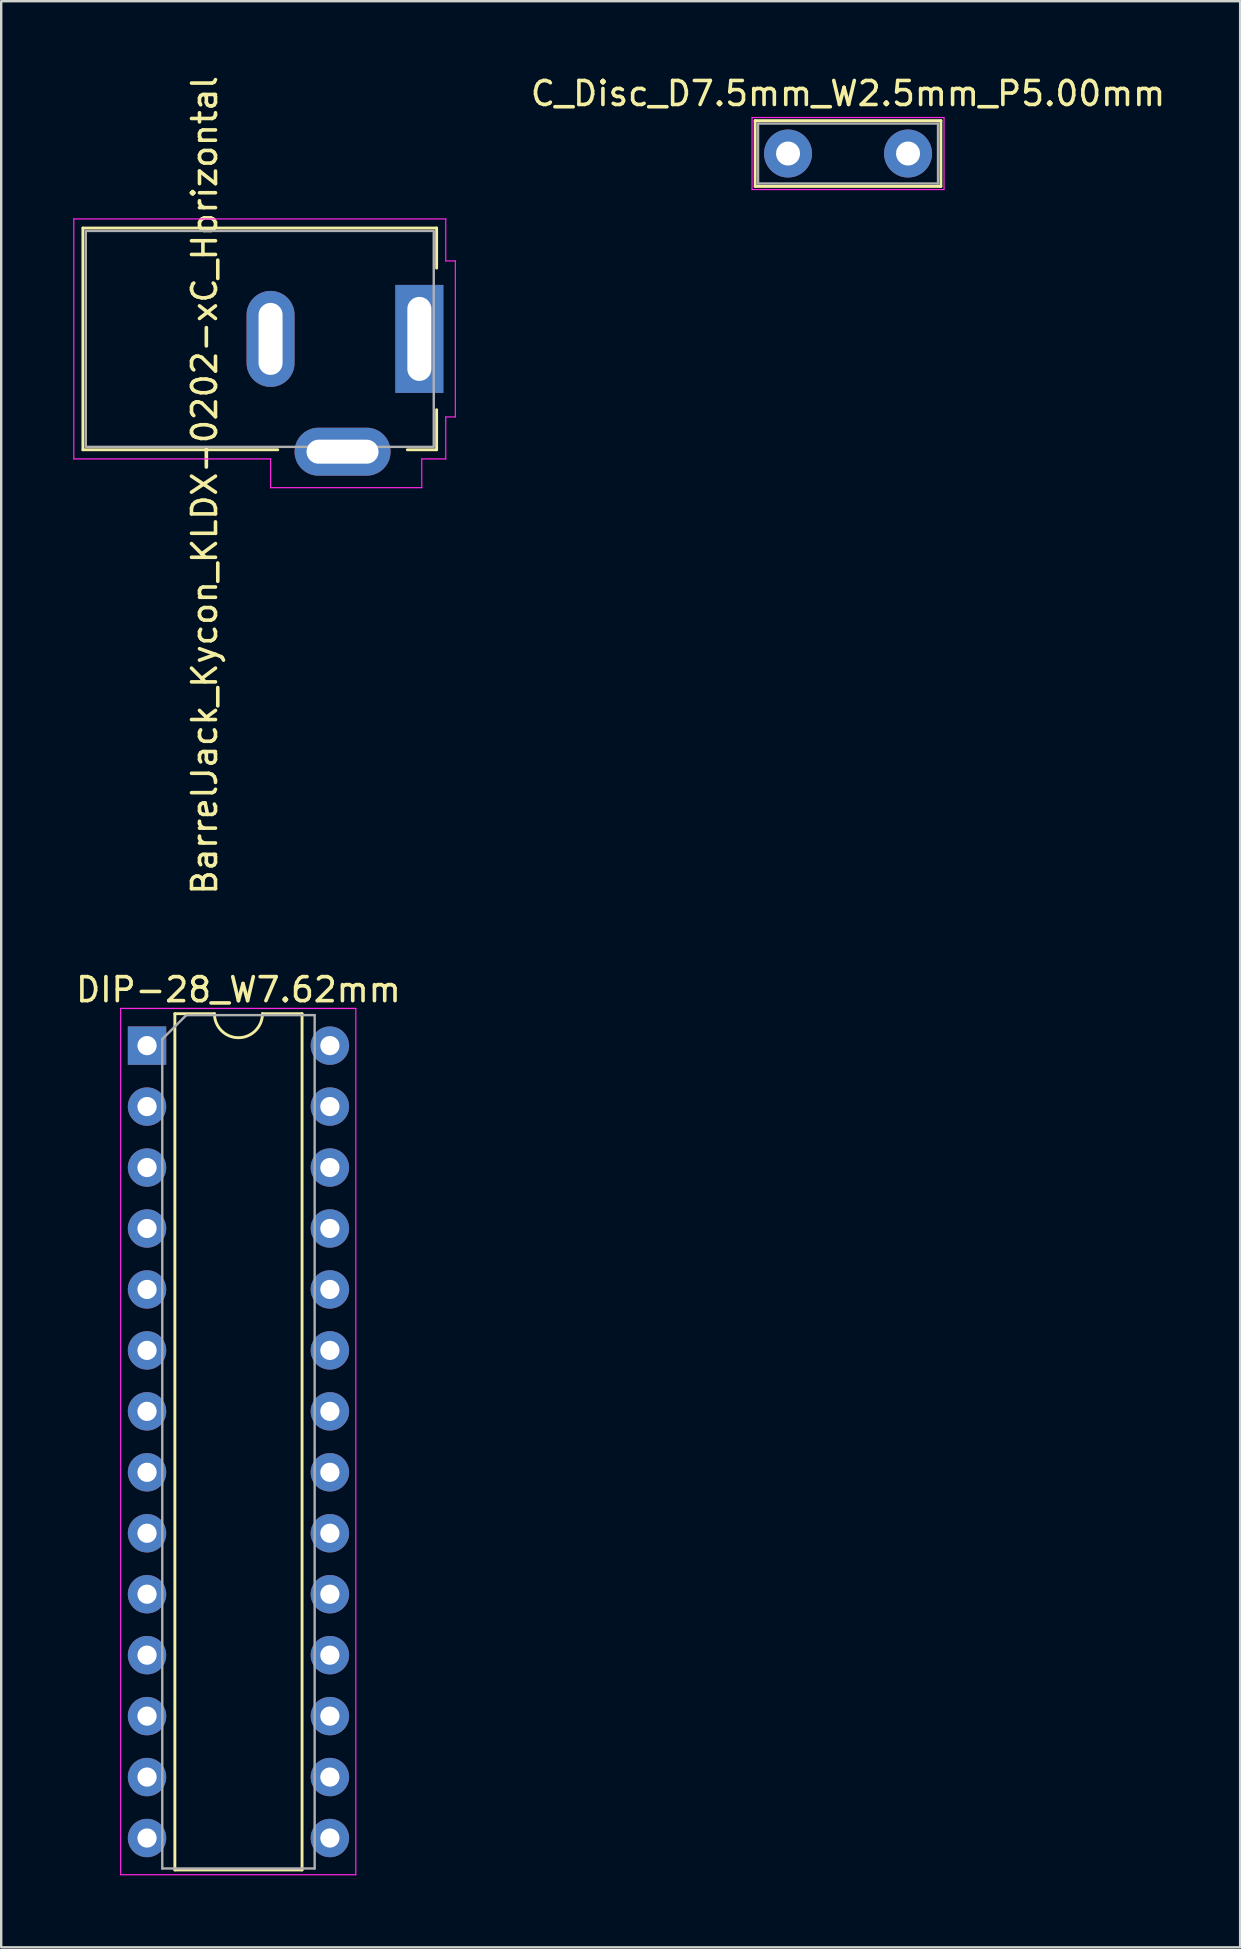
<source format=kicad_pcb>
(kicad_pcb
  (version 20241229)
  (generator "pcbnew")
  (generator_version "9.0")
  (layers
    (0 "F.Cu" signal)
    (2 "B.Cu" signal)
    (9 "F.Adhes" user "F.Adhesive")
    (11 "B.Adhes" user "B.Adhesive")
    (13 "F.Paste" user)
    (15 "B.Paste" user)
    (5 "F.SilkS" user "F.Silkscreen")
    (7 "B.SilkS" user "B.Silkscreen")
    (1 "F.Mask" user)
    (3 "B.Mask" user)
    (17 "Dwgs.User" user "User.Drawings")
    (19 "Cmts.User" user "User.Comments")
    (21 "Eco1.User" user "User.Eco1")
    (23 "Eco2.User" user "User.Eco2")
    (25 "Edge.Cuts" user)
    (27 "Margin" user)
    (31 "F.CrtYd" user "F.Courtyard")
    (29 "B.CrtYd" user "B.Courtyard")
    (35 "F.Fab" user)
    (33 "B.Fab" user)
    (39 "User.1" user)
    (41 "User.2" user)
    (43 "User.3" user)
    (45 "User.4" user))
  (footprint "BarrelJack_Kycon_KLDX-0202-xC_Horizontal"
    (layer "F.Cu")
    (at 14.425 11.073)
    (property "Reference" "BarrelJack_Kycon_KLDX-0202-xC_Horizontal" (at -8.95 6.1 90) (unlocked yes) (layer "F.SilkS") (effects (font (size 1 1) (thickness 0.15))))
    (attr through_hole)
    (fp_line (start -14.02 -4.62) (end -14.02 4.62) (stroke (width 0.12) (type solid)) (layer "F.SilkS"))
    (fp_line (start -14.02 4.62) (end -5.9 4.62) (stroke (width 0.12) (type solid)) (layer "F.SilkS"))
    (fp_line (start -0.5 4.62) (end 0.72 4.62) (stroke (width 0.12) (type solid)) (layer "F.SilkS"))
    (fp_line (start 0.72 -4.62) (end -14.02 -4.62) (stroke (width 0.12) (type solid)) (layer "F.SilkS"))
    (fp_line (start 0.72 -2.95) (end 0.72 -4.62) (stroke (width 0.12) (type solid)) (layer "F.SilkS"))
    (fp_line (start 0.72 4.62) (end 0.72 2.95) (stroke (width 0.12) (type solid)) (layer "F.SilkS"))
    (fp_line (start -14.4 -5) (end 1.1 -5) (stroke (width 0.05) (type solid)) (layer "F.CrtYd"))
    (fp_line (start -14.4 5) (end -14.4 -5) (stroke (width 0.05) (type solid)) (layer "F.CrtYd"))
    (fp_line (start -6.2 5) (end -14.4 5) (stroke (width 0.05) (type solid)) (layer "F.CrtYd"))
    (fp_line (start -6.2 6.2) (end -6.2 5) (stroke (width 0.05) (type solid)) (layer "F.CrtYd"))
    (fp_line (start 0.1 5) (end 0.1 6.2) (stroke (width 0.05) (type solid)) (layer "F.CrtYd"))
    (fp_line (start 0.1 6.2) (end -6.2 6.2) (stroke (width 0.05) (type solid)) (layer "F.CrtYd"))
    (fp_line (start 1.1 -5) (end 1.1 -3.25) (stroke (width 0.05) (type solid)) (layer "F.CrtYd"))
    (fp_line (start 1.1 -3.25) (end 1.5 -3.25) (stroke (width 0.05) (type solid)) (layer "F.CrtYd"))
    (fp_line (start 1.1 3.25) (end 1.1 5) (stroke (width 0.05) (type solid)) (layer "F.CrtYd"))
    (fp_line (start 1.1 5) (end 0.1 5) (stroke (width 0.05) (type solid)) (layer "F.CrtYd"))
    (fp_line (start 1.5 -3.25) (end 1.5 3.25) (stroke (width 0.05) (type solid)) (layer "F.CrtYd"))
    (fp_line (start 1.5 3.25) (end 1.1 3.25) (stroke (width 0.05) (type solid)) (layer "F.CrtYd"))
    (fp_rect (start -13.9 -4.5) (end 0.6 4.5) (stroke (width 0.1) (type solid)) (fill no) (layer "F.Fab"))
    (pad "1" thru_hole rect (at 0 0) (size 2 4.5) (drill oval 1 3.5) (layers "*.Cu" "*.Mask"))
    (pad "2" thru_hole oval (at -6.2 0) (size 2 4) (drill oval 1 3) (layers "*.Cu" "*.Mask"))
    (pad "3" thru_hole oval (at -3.2 4.7 90) (size 2 4) (drill oval 1 3) (layers "*.Cu" "*.Mask")))
  (footprint "DIP-28_W7.62mm"
    (layer "F.Cu")
    (at 3.077 40.523)
    (property "Reference" "DIP-28_W7.62mm" (at 3.81 -2.33 0) (layer "F.SilkS") (effects (font (size 1 1) (thickness 0.15))))
    (attr through_hole)
    (fp_line (start 1.16 -1.33) (end 1.16 34.35) (stroke (width 0.12) (type solid)) (layer "F.SilkS"))
    (fp_line (start 1.16 34.35) (end 6.46 34.35) (stroke (width 0.12) (type solid)) (layer "F.SilkS"))
    (fp_line (start 2.81 -1.33) (end 1.16 -1.33) (stroke (width 0.12) (type solid)) (layer "F.SilkS"))
    (fp_line (start 6.46 -1.33) (end 4.81 -1.33) (stroke (width 0.12) (type solid)) (layer "F.SilkS"))
    (fp_line (start 6.46 34.35) (end 6.46 -1.33) (stroke (width 0.12) (type solid)) (layer "F.SilkS"))
    (fp_arc (start 4.81 -1.33) (mid 3.81 -0.33) (end 2.81 -1.33) (stroke (width 0.12) (type solid)) (layer "F.SilkS"))
    (fp_line (start -1.1 -1.55) (end -1.1 34.55) (stroke (width 0.05) (type solid)) (layer "F.CrtYd"))
    (fp_line (start -1.1 34.55) (end 8.7 34.55) (stroke (width 0.05) (type solid)) (layer "F.CrtYd"))
    (fp_line (start 8.7 -1.55) (end -1.1 -1.55) (stroke (width 0.05) (type solid)) (layer "F.CrtYd"))
    (fp_line (start 8.7 34.55) (end 8.7 -1.55) (stroke (width 0.05) (type solid)) (layer "F.CrtYd"))
    (fp_line (start 0.635 -0.27) (end 1.635 -1.27) (stroke (width 0.1) (type solid)) (layer "F.Fab"))
    (fp_line (start 0.635 34.29) (end 0.635 -0.27) (stroke (width 0.1) (type solid)) (layer "F.Fab"))
    (fp_line (start 1.635 -1.27) (end 6.985 -1.27) (stroke (width 0.1) (type solid)) (layer "F.Fab"))
    (fp_line (start 6.985 -1.27) (end 6.985 34.29) (stroke (width 0.1) (type solid)) (layer "F.Fab"))
    (fp_line (start 6.985 34.29) (end 0.635 34.29) (stroke (width 0.1) (type solid)) (layer "F.Fab"))
    (pad "1" thru_hole rect (at 0 0) (size 1.6 1.6) (drill 0.8) (layers "*.Cu" "*.Mask"))
    (pad "2" thru_hole oval (at 0 2.54) (size 1.6 1.6) (drill 0.8) (layers "*.Cu" "*.Mask"))
    (pad "3" thru_hole oval (at 0 5.08) (size 1.6 1.6) (drill 0.8) (layers "*.Cu" "*.Mask"))
    (pad "4" thru_hole oval (at 0 7.62) (size 1.6 1.6) (drill 0.8) (layers "*.Cu" "*.Mask"))
    (pad "5" thru_hole oval (at 0 10.16) (size 1.6 1.6) (drill 0.8) (layers "*.Cu" "*.Mask"))
    (pad "6" thru_hole oval (at 0 12.7) (size 1.6 1.6) (drill 0.8) (layers "*.Cu" "*.Mask"))
    (pad "7" thru_hole oval (at 0 15.24) (size 1.6 1.6) (drill 0.8) (layers "*.Cu" "*.Mask"))
    (pad "8" thru_hole oval (at 0 17.78) (size 1.6 1.6) (drill 0.8) (layers "*.Cu" "*.Mask"))
    (pad "9" thru_hole oval (at 0 20.32) (size 1.6 1.6) (drill 0.8) (layers "*.Cu" "*.Mask"))
    (pad "10" thru_hole oval (at 0 22.86) (size 1.6 1.6) (drill 0.8) (layers "*.Cu" "*.Mask"))
    (pad "11" thru_hole oval (at 0 25.4) (size 1.6 1.6) (drill 0.8) (layers "*.Cu" "*.Mask"))
    (pad "12" thru_hole oval (at 0 27.94) (size 1.6 1.6) (drill 0.8) (layers "*.Cu" "*.Mask"))
    (pad "13" thru_hole oval (at 0 30.48) (size 1.6 1.6) (drill 0.8) (layers "*.Cu" "*.Mask"))
    (pad "14" thru_hole oval (at 0 33.02) (size 1.6 1.6) (drill 0.8) (layers "*.Cu" "*.Mask"))
    (pad "15" thru_hole oval (at 7.62 33.02) (size 1.6 1.6) (drill 0.8) (layers "*.Cu" "*.Mask"))
    (pad "16" thru_hole oval (at 7.62 30.48) (size 1.6 1.6) (drill 0.8) (layers "*.Cu" "*.Mask"))
    (pad "17" thru_hole oval (at 7.62 27.94) (size 1.6 1.6) (drill 0.8) (layers "*.Cu" "*.Mask"))
    (pad "18" thru_hole oval (at 7.62 25.4) (size 1.6 1.6) (drill 0.8) (layers "*.Cu" "*.Mask"))
    (pad "19" thru_hole oval (at 7.62 22.86) (size 1.6 1.6) (drill 0.8) (layers "*.Cu" "*.Mask"))
    (pad "20" thru_hole oval (at 7.62 20.32) (size 1.6 1.6) (drill 0.8) (layers "*.Cu" "*.Mask"))
    (pad "21" thru_hole oval (at 7.62 17.78) (size 1.6 1.6) (drill 0.8) (layers "*.Cu" "*.Mask"))
    (pad "22" thru_hole oval (at 7.62 15.24) (size 1.6 1.6) (drill 0.8) (layers "*.Cu" "*.Mask"))
    (pad "23" thru_hole oval (at 7.62 12.7) (size 1.6 1.6) (drill 0.8) (layers "*.Cu" "*.Mask"))
    (pad "24" thru_hole oval (at 7.62 10.16) (size 1.6 1.6) (drill 0.8) (layers "*.Cu" "*.Mask"))
    (pad "25" thru_hole oval (at 7.62 7.62) (size 1.6 1.6) (drill 0.8) (layers "*.Cu" "*.Mask"))
    (pad "26" thru_hole oval (at 7.62 5.08) (size 1.6 1.6) (drill 0.8) (layers "*.Cu" "*.Mask"))
    (pad "27" thru_hole oval (at 7.62 2.54) (size 1.6 1.6) (drill 0.8) (layers "*.Cu" "*.Mask"))
    (pad "28" thru_hole oval (at 7.62 0) (size 1.6 1.6) (drill 0.8) (layers "*.Cu" "*.Mask")))
  (footprint "C_Disc_D7.5mm_W2.5mm_P5.00mm"
    (layer "F.Cu")
    (at 29.789 3.348)
    (property "Reference" "C_Disc_D7.5mm_W2.5mm_P5.00mm" (at 2.5 -2.5 0) (layer "F.SilkS") (effects (font (size 1 1) (thickness 0.15))))
    (attr through_hole)
    (fp_line (start -1.37 -1.37) (end -1.37 1.37) (stroke (width 0.12) (type solid)) (layer "F.SilkS"))
    (fp_line (start -1.37 -1.37) (end 6.37 -1.37) (stroke (width 0.12) (type solid)) (layer "F.SilkS"))
    (fp_line (start -1.37 1.37) (end 6.37 1.37) (stroke (width 0.12) (type solid)) (layer "F.SilkS"))
    (fp_line (start 6.37 -1.37) (end 6.37 1.37) (stroke (width 0.12) (type solid)) (layer "F.SilkS"))
    (fp_line (start -1.5 -1.5) (end -1.5 1.5) (stroke (width 0.05) (type solid)) (layer "F.CrtYd"))
    (fp_line (start -1.5 1.5) (end 6.5 1.5) (stroke (width 0.05) (type solid)) (layer "F.CrtYd"))
    (fp_line (start 6.5 -1.5) (end -1.5 -1.5) (stroke (width 0.05) (type solid)) (layer "F.CrtYd"))
    (fp_line (start 6.5 1.5) (end 6.5 -1.5) (stroke (width 0.05) (type solid)) (layer "F.CrtYd"))
    (fp_line (start -1.25 -1.25) (end -1.25 1.25) (stroke (width 0.1) (type solid)) (layer "F.Fab"))
    (fp_line (start -1.25 1.25) (end 6.25 1.25) (stroke (width 0.1) (type solid)) (layer "F.Fab"))
    (fp_line (start 6.25 -1.25) (end -1.25 -1.25) (stroke (width 0.1) (type solid)) (layer "F.Fab"))
    (fp_line (start 6.25 1.25) (end 6.25 -1.25) (stroke (width 0.1) (type solid)) (layer "F.Fab"))
    (pad "1" thru_hole circle (at 0 0) (size 2 2) (drill 1) (layers "*.Cu" "*.Mask"))
    (pad "2" thru_hole circle (at 5 0) (size 2 2) (drill 1) (layers "*.Cu" "*.Mask")))
  (gr_rect
    (start -3 -3)
    (end 48.629 78.098)
    (stroke (width 0.1) (type default))
    (fill no)
    (layer "Edge.Cuts")))
</source>
